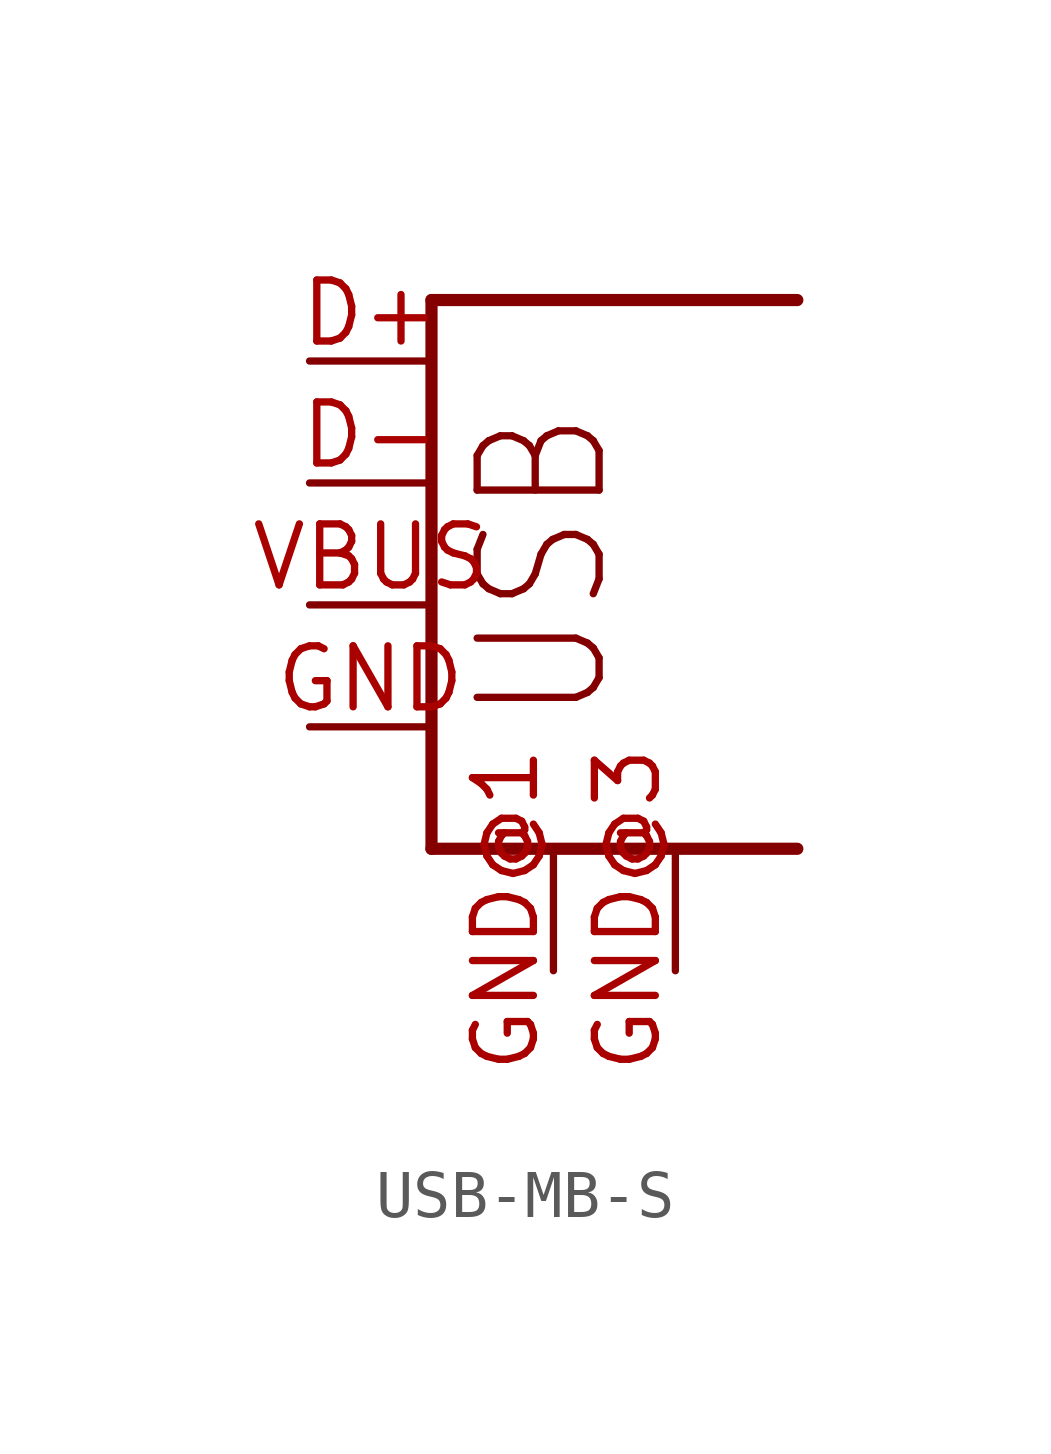
<source format=kicad_sym>
(kicad_symbol_lib
  (version 20220914)
  (generator kicad_symbol_editor)
  (symbol "USB-MB-S"
    (property "Reference" "USB"
      (at 0 0 0)
      (effects (font (size 1.27 1.27)) hide))
    (property "ki_locked" ""
      (at 0 0 0)
      (effects (font (size 1.27 1.27))))
    (symbol "USB-MB-S_1_0"
      (polyline (pts (xy 0 -2.54) (xy 7.62 -2.54)) (stroke (width 0.254) (type solid)) (fill (type none)))
      (polyline (pts (xy 0 8.89) (xy 0 -2.54)) (stroke (width 0.254) (type solid)) (fill (type none)))
      (polyline (pts (xy 7.62 8.89) (xy 0 8.89)) (stroke (width 0.254) (type solid)) (fill (type none)))
      (text "USB" (at 3.81 0 900) (effects (font (size 2.54 2.159)) (justify left bottom)))
      (pin bidirectional line (at -2.54 7.62 0) (length 2.54) (name "D+" (effects (font (size 0 0)))) (number "D+" (effects (font (size 1.27 1.27)))))
      (pin bidirectional line (at -2.54 5.08 0) (length 2.54) (name "D-" (effects (font (size 0 0)))) (number "D-" (effects (font (size 1.27 1.27)))))
      (pin bidirectional line (at -2.54 0 0) (length 2.54) (name "GND" (effects (font (size 0 0)))) (number "GND" (effects (font (size 1.27 1.27)))))
      (pin bidirectional line (at 2.54 -5.08 90) (length 2.54) (name "GND@1" (effects (font (size 0 0)))) (number "GND@1" (effects (font (size 1.27 1.27)))))
      (pin bidirectional line (at 5.08 -5.08 90) (length 2.54) (name "GND@2" (effects (font (size 0 0)))) (number "GND@3" (effects (font (size 1.27 1.27)))))
      (pin bidirectional line (at -2.54 2.54 0) (length 2.54) (name "VBUS" (effects (font (size 0 0)))) (number "VBUS" (effects (font (size 1.27 1.27))))))))
</source>
